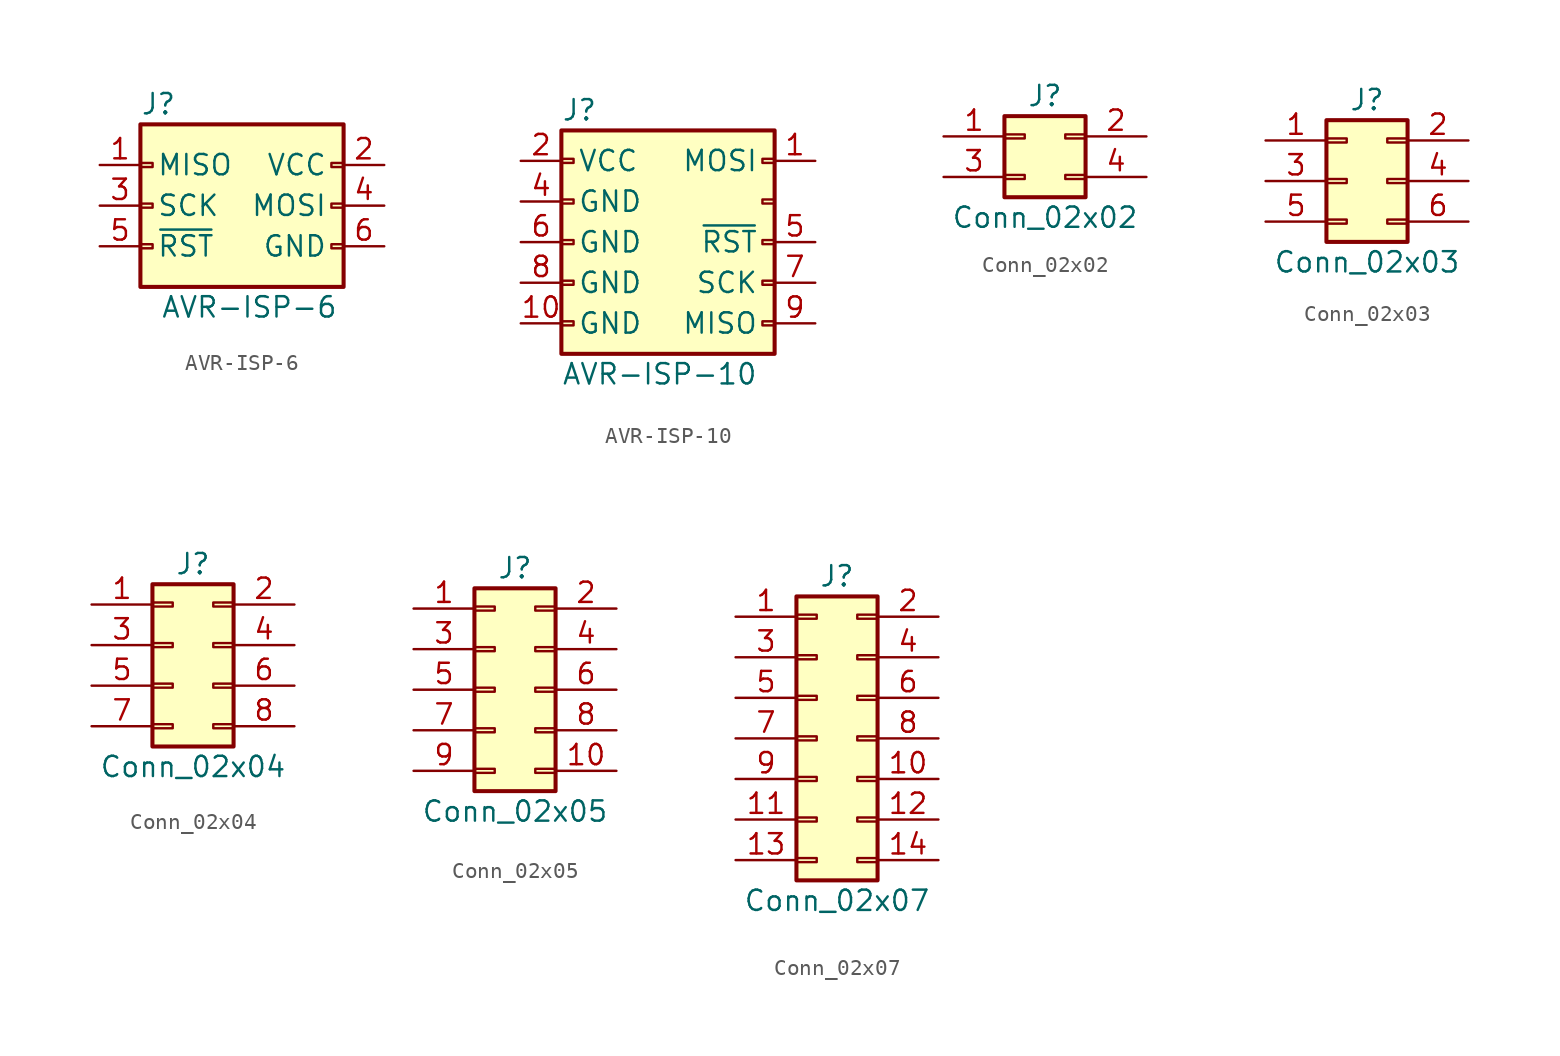
<source format=kicad_sym>
(kicad_symbol_lib
  (version 20220914)
  (generator kicad_symbol_editor)
  (symbol "AVR-ISP-6"
    (pin_names
      (offset 1.016))
    (property "Reference" "J"
      (at -6.35 6.35 0)
      (effects (font (size 1.27 1.27)) (justify left)))
    (property "Value" "AVR-ISP-6"
      (at -5.08 -6.35 0)
      (effects (font (size 1.27 1.27)) (justify left)))
    (symbol "AVR-ISP-6_0_1"
      (rectangle (start -5.588 -2.413) (end -6.35 -2.667) (stroke (width 0) (type default)) (fill (type none)))
      (rectangle (start -5.588 0.127) (end -6.35 -0.127) (stroke (width 0) (type default)) (fill (type none)))
      (rectangle (start -5.588 2.667) (end -6.35 2.413) (stroke (width 0) (type default)) (fill (type none)))
      (rectangle (start 6.35 -2.413) (end 5.588 -2.667) (stroke (width 0) (type default)) (fill (type none)))
      (rectangle (start 6.35 0.127) (end 5.588 -0.127) (stroke (width 0) (type default)) (fill (type none)))
      (rectangle (start 6.35 2.667) (end 5.588 2.413) (stroke (width 0) (type default)) (fill (type none))))
    (symbol "AVR-ISP-6_1_1"
      (rectangle (start -6.35 5.08) (end 6.35 -5.08) (stroke (width 0.254) (type default)) (fill (type background)))
      (pin passive line (at -8.89 2.54 0) (length 2.54) (name "MISO" (effects (font (size 1.27 1.27)))) (number "1" (effects (font (size 1.27 1.27)))))
      (pin passive line (at 8.89 2.54 180) (length 2.54) (name "VCC" (effects (font (size 1.27 1.27)))) (number "2" (effects (font (size 1.27 1.27)))))
      (pin passive line (at -8.89 0 0) (length 2.54) (name "SCK" (effects (font (size 1.27 1.27)))) (number "3" (effects (font (size 1.27 1.27)))))
      (pin passive line (at 8.89 0 180) (length 2.54) (name "MOSI" (effects (font (size 1.27 1.27)))) (number "4" (effects (font (size 1.27 1.27)))))
      (pin passive line (at -8.89 -2.54 0) (length 2.54) (name "~{RST}" (effects (font (size 1.27 1.27)))) (number "5" (effects (font (size 1.27 1.27)))))
      (pin passive line (at 8.89 -2.54 180) (length 2.54) (name "GND" (effects (font (size 1.27 1.27)))) (number "6" (effects (font (size 1.27 1.27)))))))
  (symbol "AVR-ISP-10"
    (pin_names
      (offset 1.016))
    (property "Reference" "J"
      (at -6.35 8.255 0)
      (effects (font (size 1.27 1.27)) (justify left)))
    (property "Value" "AVR-ISP-10"
      (at -6.35 -8.255 0)
      (effects (font (size 1.27 1.27)) (justify left)))
    (symbol "AVR-ISP-10_0_1"
      (rectangle (start -5.588 -4.953) (end -6.35 -5.207) (stroke (width 0) (type default)) (fill (type none)))
      (rectangle (start -5.588 -2.413) (end -6.35 -2.667) (stroke (width 0) (type default)) (fill (type none)))
      (rectangle (start -5.588 0.127) (end -6.35 -0.127) (stroke (width 0) (type default)) (fill (type none)))
      (rectangle (start -5.588 2.667) (end -6.35 2.413) (stroke (width 0) (type default)) (fill (type none)))
      (rectangle (start -5.588 5.207) (end -6.35 4.953) (stroke (width 0) (type default)) (fill (type none)))
      (rectangle (start 6.985 -4.953) (end 6.223 -5.207) (stroke (width 0) (type default)) (fill (type none)))
      (rectangle (start 6.985 -2.413) (end 6.223 -2.667) (stroke (width 0) (type default)) (fill (type none)))
      (rectangle (start 6.985 0.127) (end 6.223 -0.127) (stroke (width 0) (type default)) (fill (type none)))
      (rectangle (start 6.985 2.667) (end 6.223 2.413) (stroke (width 0) (type default)) (fill (type none)))
      (rectangle (start 6.985 5.207) (end 6.223 4.953) (stroke (width 0) (type default)) (fill (type none))))
    (symbol "AVR-ISP-10_1_1"
      (rectangle (start -6.35 6.985) (end 6.985 -6.985) (stroke (width 0.254) (type default)) (fill (type background)))
      (pin passive line (at 9.525 5.08 180) (length 2.54) (name "MOSI" (effects (font (size 1.27 1.27)))) (number "1" (effects (font (size 1.27 1.27)))))
      (pin passive line (at -8.89 -5.08 0) (length 2.54) (name "GND" (effects (font (size 1.27 1.27)))) (number "10" (effects (font (size 1.27 1.27)))))
      (pin passive line (at -8.89 5.08 0) (length 2.54) (name "VCC" (effects (font (size 1.27 1.27)))) (number "2" (effects (font (size 1.27 1.27)))))
      (pin no_connect line (at 9.525 2.54 180) (length 2.54) hide (name "NC" (effects (font (size 1.27 1.27)))) (number "3" (effects (font (size 1.27 1.27)))))
      (pin passive line (at -8.89 2.54 0) (length 2.54) (name "GND" (effects (font (size 1.27 1.27)))) (number "4" (effects (font (size 1.27 1.27)))))
      (pin passive line (at 9.525 0 180) (length 2.54) (name "~{RST}" (effects (font (size 1.27 1.27)))) (number "5" (effects (font (size 1.27 1.27)))))
      (pin passive line (at -8.89 0 0) (length 2.54) (name "GND" (effects (font (size 1.27 1.27)))) (number "6" (effects (font (size 1.27 1.27)))))
      (pin passive line (at 9.525 -2.54 180) (length 2.54) (name "SCK" (effects (font (size 1.27 1.27)))) (number "7" (effects (font (size 1.27 1.27)))))
      (pin passive line (at -8.89 -2.54 0) (length 2.54) (name "GND" (effects (font (size 1.27 1.27)))) (number "8" (effects (font (size 1.27 1.27)))))
      (pin passive line (at 9.525 -5.08 180) (length 2.54) (name "MISO" (effects (font (size 1.27 1.27)))) (number "9" (effects (font (size 1.27 1.27)))))))
  (symbol "Conn_02x02"
    (pin_names
      (offset 1.016) hide)
    (property "Reference" "J"
      (at 0 3.81 0)
      (effects (font (size 1.27 1.27))))
    (property "Value" "Conn_02x02"
      (at 0 -3.81 0)
      (effects (font (size 1.27 1.27))))
    (symbol "Conn_02x02_1_1"
      (rectangle (start -2.54 -1.143) (end -1.27 -1.397) (stroke (width 0.152) (type default)) (fill (type none)))
      (rectangle (start -2.54 1.397) (end -1.27 1.143) (stroke (width 0.152) (type default)) (fill (type none)))
      (rectangle (start -2.54 2.54) (end 2.54 -2.54) (stroke (width 0.254) (type default)) (fill (type background)))
      (rectangle (start 2.54 -1.143) (end 1.27 -1.397) (stroke (width 0.152) (type default)) (fill (type none)))
      (rectangle (start 2.54 1.397) (end 1.27 1.143) (stroke (width 0.152) (type default)) (fill (type none)))
      (pin passive line (at -6.35 1.27 0) (length 3.81) (name "Pin_1" (effects (font (size 1.27 1.27)))) (number "1" (effects (font (size 1.27 1.27)))))
      (pin passive line (at 6.35 1.27 180) (length 3.81) (name "Pin_2" (effects (font (size 1.27 1.27)))) (number "2" (effects (font (size 1.27 1.27)))))
      (pin passive line (at -6.35 -1.27 0) (length 3.81) (name "Pin_3" (effects (font (size 1.27 1.27)))) (number "3" (effects (font (size 1.27 1.27)))))
      (pin passive line (at 6.35 -1.27 180) (length 3.81) (name "Pin_4" (effects (font (size 1.27 1.27)))) (number "4" (effects (font (size 1.27 1.27)))))))
  (symbol "Conn_02x03"
    (pin_names
      (offset 1.016) hide)
    (property "Reference" "J"
      (at 0 5.08 0)
      (effects (font (size 1.27 1.27))))
    (property "Value" "Conn_02x03"
      (at 0 -5.08 0)
      (effects (font (size 1.27 1.27))))
    (symbol "Conn_02x03_1_1"
      (rectangle (start -2.54 -2.413) (end -1.27 -2.667) (stroke (width 0.152) (type default)) (fill (type none)))
      (rectangle (start -2.54 0.127) (end -1.27 -0.127) (stroke (width 0.152) (type default)) (fill (type none)))
      (rectangle (start -2.54 2.667) (end -1.27 2.413) (stroke (width 0.152) (type default)) (fill (type none)))
      (rectangle (start -2.54 3.81) (end 2.54 -3.81) (stroke (width 0.254) (type default)) (fill (type background)))
      (rectangle (start 2.54 -2.413) (end 1.27 -2.667) (stroke (width 0.152) (type default)) (fill (type none)))
      (rectangle (start 2.54 0.127) (end 1.27 -0.127) (stroke (width 0.152) (type default)) (fill (type none)))
      (rectangle (start 2.54 2.667) (end 1.27 2.413) (stroke (width 0.152) (type default)) (fill (type none)))
      (pin passive line (at -6.35 2.54 0) (length 3.81) (name "Pin_1" (effects (font (size 1.27 1.27)))) (number "1" (effects (font (size 1.27 1.27)))))
      (pin passive line (at 6.35 2.54 180) (length 3.81) (name "Pin_2" (effects (font (size 1.27 1.27)))) (number "2" (effects (font (size 1.27 1.27)))))
      (pin passive line (at -6.35 0 0) (length 3.81) (name "Pin_3" (effects (font (size 1.27 1.27)))) (number "3" (effects (font (size 1.27 1.27)))))
      (pin passive line (at 6.35 0 180) (length 3.81) (name "Pin_4" (effects (font (size 1.27 1.27)))) (number "4" (effects (font (size 1.27 1.27)))))
      (pin passive line (at -6.35 -2.54 0) (length 3.81) (name "Pin_5" (effects (font (size 1.27 1.27)))) (number "5" (effects (font (size 1.27 1.27)))))
      (pin passive line (at 6.35 -2.54 180) (length 3.81) (name "Pin_6" (effects (font (size 1.27 1.27)))) (number "6" (effects (font (size 1.27 1.27)))))))
  (symbol "Conn_02x04"
    (pin_names
      (offset 1.016) hide)
    (property "Reference" "J"
      (at 0 6.35 0)
      (effects (font (size 1.27 1.27))))
    (property "Value" "Conn_02x04"
      (at 0 -6.35 0)
      (effects (font (size 1.27 1.27))))
    (symbol "Conn_02x04_1_1"
      (rectangle (start -2.54 -3.683) (end -1.27 -3.937) (stroke (width 0.152) (type default)) (fill (type none)))
      (rectangle (start -2.54 -1.143) (end -1.27 -1.397) (stroke (width 0.152) (type default)) (fill (type none)))
      (rectangle (start -2.54 1.397) (end -1.27 1.143) (stroke (width 0.152) (type default)) (fill (type none)))
      (rectangle (start -2.54 3.937) (end -1.27 3.683) (stroke (width 0.152) (type default)) (fill (type none)))
      (rectangle (start -2.54 5.08) (end 2.54 -5.08) (stroke (width 0.254) (type default)) (fill (type background)))
      (rectangle (start 2.54 -3.683) (end 1.27 -3.937) (stroke (width 0.152) (type default)) (fill (type none)))
      (rectangle (start 2.54 -1.143) (end 1.27 -1.397) (stroke (width 0.152) (type default)) (fill (type none)))
      (rectangle (start 2.54 1.397) (end 1.27 1.143) (stroke (width 0.152) (type default)) (fill (type none)))
      (rectangle (start 2.54 3.937) (end 1.27 3.683) (stroke (width 0.152) (type default)) (fill (type none)))
      (pin passive line (at -6.35 3.81 0) (length 3.81) (name "Pin_1" (effects (font (size 1.27 1.27)))) (number "1" (effects (font (size 1.27 1.27)))))
      (pin passive line (at 6.35 3.81 180) (length 3.81) (name "Pin_2" (effects (font (size 1.27 1.27)))) (number "2" (effects (font (size 1.27 1.27)))))
      (pin passive line (at -6.35 1.27 0) (length 3.81) (name "Pin_3" (effects (font (size 1.27 1.27)))) (number "3" (effects (font (size 1.27 1.27)))))
      (pin passive line (at 6.35 1.27 180) (length 3.81) (name "Pin_4" (effects (font (size 1.27 1.27)))) (number "4" (effects (font (size 1.27 1.27)))))
      (pin passive line (at -6.35 -1.27 0) (length 3.81) (name "Pin_5" (effects (font (size 1.27 1.27)))) (number "5" (effects (font (size 1.27 1.27)))))
      (pin passive line (at 6.35 -1.27 180) (length 3.81) (name "Pin_6" (effects (font (size 1.27 1.27)))) (number "6" (effects (font (size 1.27 1.27)))))
      (pin passive line (at -6.35 -3.81 0) (length 3.81) (name "Pin_7" (effects (font (size 1.27 1.27)))) (number "7" (effects (font (size 1.27 1.27)))))
      (pin passive line (at 6.35 -3.81 180) (length 3.81) (name "Pin_8" (effects (font (size 1.27 1.27)))) (number "8" (effects (font (size 1.27 1.27)))))))
  (symbol "Conn_02x05"
    (pin_names
      (offset 1.016) hide)
    (property "Reference" "J"
      (at 0 7.62 0)
      (effects (font (size 1.27 1.27))))
    (property "Value" "Conn_02x05"
      (at 0 -7.62 0)
      (effects (font (size 1.27 1.27))))
    (symbol "Conn_02x05_1_1"
      (rectangle (start -2.54 -4.953) (end -1.27 -5.207) (stroke (width 0.152) (type default)) (fill (type none)))
      (rectangle (start -2.54 -2.413) (end -1.27 -2.667) (stroke (width 0.152) (type default)) (fill (type none)))
      (rectangle (start -2.54 0.127) (end -1.27 -0.127) (stroke (width 0.152) (type default)) (fill (type none)))
      (rectangle (start -2.54 2.667) (end -1.27 2.413) (stroke (width 0.152) (type default)) (fill (type none)))
      (rectangle (start -2.54 5.207) (end -1.27 4.953) (stroke (width 0.152) (type default)) (fill (type none)))
      (rectangle (start -2.54 6.35) (end 2.54 -6.35) (stroke (width 0.254) (type default)) (fill (type background)))
      (rectangle (start 2.54 -4.953) (end 1.27 -5.207) (stroke (width 0.152) (type default)) (fill (type none)))
      (rectangle (start 2.54 -2.413) (end 1.27 -2.667) (stroke (width 0.152) (type default)) (fill (type none)))
      (rectangle (start 2.54 0.127) (end 1.27 -0.127) (stroke (width 0.152) (type default)) (fill (type none)))
      (rectangle (start 2.54 2.667) (end 1.27 2.413) (stroke (width 0.152) (type default)) (fill (type none)))
      (rectangle (start 2.54 5.207) (end 1.27 4.953) (stroke (width 0.152) (type default)) (fill (type none)))
      (pin passive line (at -6.35 5.08 0) (length 3.81) (name "Pin_1" (effects (font (size 1.27 1.27)))) (number "1" (effects (font (size 1.27 1.27)))))
      (pin passive line (at 6.35 -5.08 180) (length 3.81) (name "Pin_10" (effects (font (size 1.27 1.27)))) (number "10" (effects (font (size 1.27 1.27)))))
      (pin passive line (at 6.35 5.08 180) (length 3.81) (name "Pin_2" (effects (font (size 1.27 1.27)))) (number "2" (effects (font (size 1.27 1.27)))))
      (pin passive line (at -6.35 2.54 0) (length 3.81) (name "Pin_3" (effects (font (size 1.27 1.27)))) (number "3" (effects (font (size 1.27 1.27)))))
      (pin passive line (at 6.35 2.54 180) (length 3.81) (name "Pin_4" (effects (font (size 1.27 1.27)))) (number "4" (effects (font (size 1.27 1.27)))))
      (pin passive line (at -6.35 0 0) (length 3.81) (name "Pin_5" (effects (font (size 1.27 1.27)))) (number "5" (effects (font (size 1.27 1.27)))))
      (pin passive line (at 6.35 0 180) (length 3.81) (name "Pin_6" (effects (font (size 1.27 1.27)))) (number "6" (effects (font (size 1.27 1.27)))))
      (pin passive line (at -6.35 -2.54 0) (length 3.81) (name "Pin_7" (effects (font (size 1.27 1.27)))) (number "7" (effects (font (size 1.27 1.27)))))
      (pin passive line (at 6.35 -2.54 180) (length 3.81) (name "Pin_8" (effects (font (size 1.27 1.27)))) (number "8" (effects (font (size 1.27 1.27)))))
      (pin passive line (at -6.35 -5.08 0) (length 3.81) (name "Pin_9" (effects (font (size 1.27 1.27)))) (number "9" (effects (font (size 1.27 1.27)))))))
  (symbol "Conn_02x07"
    (pin_names
      (offset 1.016) hide)
    (property "Reference" "J"
      (at 0 10.16 0)
      (effects (font (size 1.27 1.27))))
    (property "Value" "Conn_02x07"
      (at 0 -10.16 0)
      (effects (font (size 1.27 1.27))))
    (symbol "Conn_02x07_1_1"
      (rectangle (start -2.54 -7.493) (end -1.27 -7.747) (stroke (width 0.152) (type default)) (fill (type none)))
      (rectangle (start -2.54 -4.953) (end -1.27 -5.207) (stroke (width 0.152) (type default)) (fill (type none)))
      (rectangle (start -2.54 -2.413) (end -1.27 -2.667) (stroke (width 0.152) (type default)) (fill (type none)))
      (rectangle (start -2.54 0.127) (end -1.27 -0.127) (stroke (width 0.152) (type default)) (fill (type none)))
      (rectangle (start -2.54 2.667) (end -1.27 2.413) (stroke (width 0.152) (type default)) (fill (type none)))
      (rectangle (start -2.54 5.207) (end -1.27 4.953) (stroke (width 0.152) (type default)) (fill (type none)))
      (rectangle (start -2.54 7.747) (end -1.27 7.493) (stroke (width 0.152) (type default)) (fill (type none)))
      (rectangle (start -2.54 8.89) (end 2.54 -8.89) (stroke (width 0.254) (type default)) (fill (type background)))
      (rectangle (start 2.54 -7.493) (end 1.27 -7.747) (stroke (width 0.152) (type default)) (fill (type none)))
      (rectangle (start 2.54 -4.953) (end 1.27 -5.207) (stroke (width 0.152) (type default)) (fill (type none)))
      (rectangle (start 2.54 -2.413) (end 1.27 -2.667) (stroke (width 0.152) (type default)) (fill (type none)))
      (rectangle (start 2.54 0.127) (end 1.27 -0.127) (stroke (width 0.152) (type default)) (fill (type none)))
      (rectangle (start 2.54 2.667) (end 1.27 2.413) (stroke (width 0.152) (type default)) (fill (type none)))
      (rectangle (start 2.54 5.207) (end 1.27 4.953) (stroke (width 0.152) (type default)) (fill (type none)))
      (rectangle (start 2.54 7.747) (end 1.27 7.493) (stroke (width 0.152) (type default)) (fill (type none)))
      (pin passive line (at -6.35 7.62 0) (length 3.81) (name "Pin_1" (effects (font (size 1.27 1.27)))) (number "1" (effects (font (size 1.27 1.27)))))
      (pin passive line (at 6.35 -2.54 180) (length 3.81) (name "Pin_10" (effects (font (size 1.27 1.27)))) (number "10" (effects (font (size 1.27 1.27)))))
      (pin passive line (at -6.35 -5.08 0) (length 3.81) (name "Pin_11" (effects (font (size 1.27 1.27)))) (number "11" (effects (font (size 1.27 1.27)))))
      (pin passive line (at 6.35 -5.08 180) (length 3.81) (name "Pin_12" (effects (font (size 1.27 1.27)))) (number "12" (effects (font (size 1.27 1.27)))))
      (pin passive line (at -6.35 -7.62 0) (length 3.81) (name "Pin_13" (effects (font (size 1.27 1.27)))) (number "13" (effects (font (size 1.27 1.27)))))
      (pin passive line (at 6.35 -7.62 180) (length 3.81) (name "Pin_14" (effects (font (size 1.27 1.27)))) (number "14" (effects (font (size 1.27 1.27)))))
      (pin passive line (at 6.35 7.62 180) (length 3.81) (name "Pin_2" (effects (font (size 1.27 1.27)))) (number "2" (effects (font (size 1.27 1.27)))))
      (pin passive line (at -6.35 5.08 0) (length 3.81) (name "Pin_3" (effects (font (size 1.27 1.27)))) (number "3" (effects (font (size 1.27 1.27)))))
      (pin passive line (at 6.35 5.08 180) (length 3.81) (name "Pin_4" (effects (font (size 1.27 1.27)))) (number "4" (effects (font (size 1.27 1.27)))))
      (pin passive line (at -6.35 2.54 0) (length 3.81) (name "Pin_5" (effects (font (size 1.27 1.27)))) (number "5" (effects (font (size 1.27 1.27)))))
      (pin passive line (at 6.35 2.54 180) (length 3.81) (name "Pin_6" (effects (font (size 1.27 1.27)))) (number "6" (effects (font (size 1.27 1.27)))))
      (pin passive line (at -6.35 0 0) (length 3.81) (name "Pin_7" (effects (font (size 1.27 1.27)))) (number "7" (effects (font (size 1.27 1.27)))))
      (pin passive line (at 6.35 0 180) (length 3.81) (name "Pin_8" (effects (font (size 1.27 1.27)))) (number "8" (effects (font (size 1.27 1.27)))))
      (pin passive line (at -6.35 -2.54 0) (length 3.81) (name "Pin_9" (effects (font (size 1.27 1.27)))) (number "9" (effects (font (size 1.27 1.27))))))))
</source>
